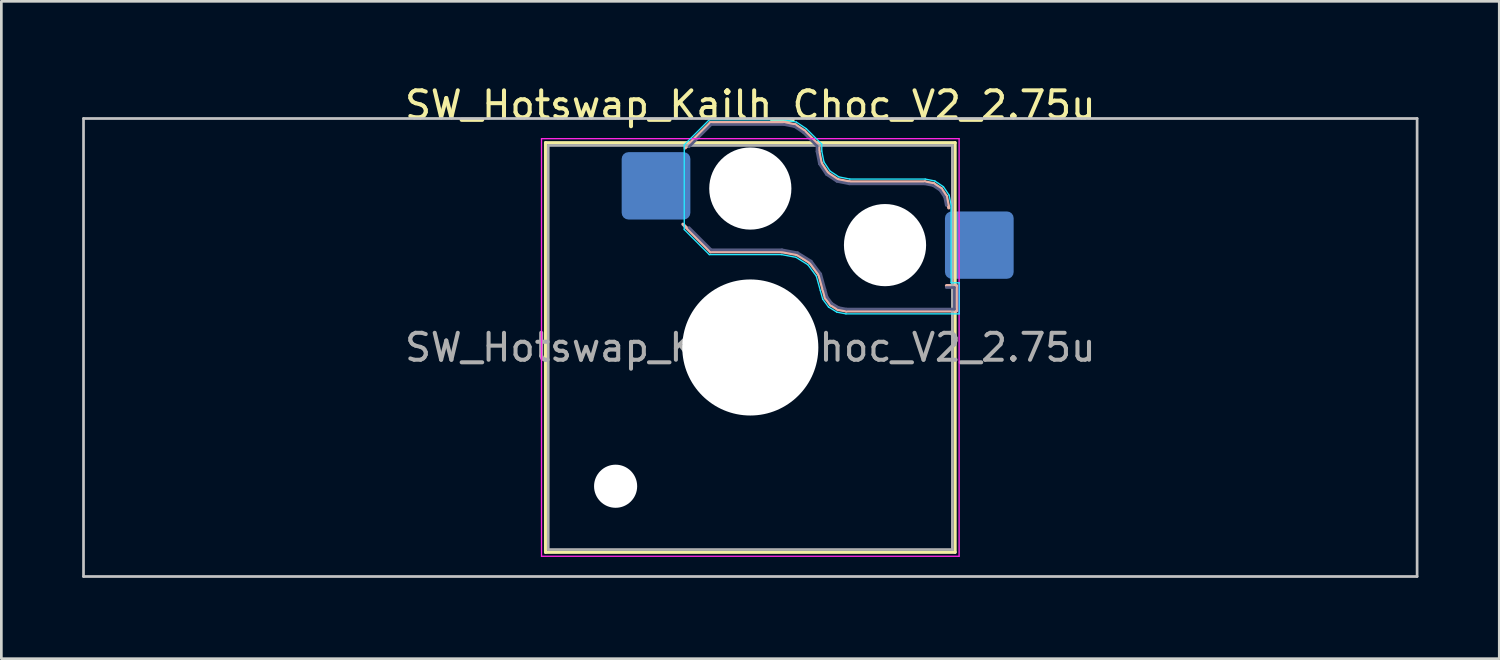
<source format=kicad_pcb>
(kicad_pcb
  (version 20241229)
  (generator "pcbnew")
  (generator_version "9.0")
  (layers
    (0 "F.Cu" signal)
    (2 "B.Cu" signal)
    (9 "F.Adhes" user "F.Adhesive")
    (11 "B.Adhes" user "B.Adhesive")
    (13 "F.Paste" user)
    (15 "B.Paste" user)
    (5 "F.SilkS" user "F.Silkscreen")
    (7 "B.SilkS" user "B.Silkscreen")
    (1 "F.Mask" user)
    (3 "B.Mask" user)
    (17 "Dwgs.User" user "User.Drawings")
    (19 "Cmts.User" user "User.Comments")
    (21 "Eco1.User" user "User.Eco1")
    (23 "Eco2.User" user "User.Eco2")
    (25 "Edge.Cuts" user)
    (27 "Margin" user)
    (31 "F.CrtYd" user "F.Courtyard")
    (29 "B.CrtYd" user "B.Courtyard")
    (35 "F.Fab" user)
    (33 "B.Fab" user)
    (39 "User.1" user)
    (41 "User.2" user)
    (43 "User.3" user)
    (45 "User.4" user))
  (footprint "SW_Hotswap_Kailh_Choc_V2_2.75u"
    (layer "F.Cu")
    (at 24.8 9.848)
    (property "Reference" "SW_Hotswap_Kailh_Choc_V2_2.75u" (at 0 -9 0) (layer "F.SilkS") (effects (font (size 1 1) (thickness 0.15))))
    (attr smd)
    (fp_line (start -7.6 -7.6) (end -7.6 7.6) (stroke (width 0.12) (type solid)) (layer "F.SilkS"))
    (fp_line (start -7.6 7.6) (end 7.6 7.6) (stroke (width 0.12) (type solid)) (layer "F.SilkS"))
    (fp_line (start 7.6 -7.6) (end -7.6 -7.6) (stroke (width 0.12) (type solid)) (layer "F.SilkS"))
    (fp_line (start 7.6 7.6) (end 7.6 -7.6) (stroke (width 0.12) (type solid)) (layer "F.SilkS"))
    (fp_line (start -2.416 -7.409) (end -1.479 -8.346) (stroke (width 0.12) (type solid)) (layer "B.SilkS"))
    (fp_line (start -1.479 -8.346) (end 1.268 -8.346) (stroke (width 0.12) (type solid)) (layer "B.SilkS"))
    (fp_line (start -1.479 -3.554) (end -2.5 -4.575) (stroke (width 0.12) (type solid)) (layer "B.SilkS"))
    (fp_line (start 1.168 -3.554) (end -1.479 -3.554) (stroke (width 0.12) (type solid)) (layer "B.SilkS"))
    (fp_line (start 1.268 -8.346) (end 1.671 -8.266) (stroke (width 0.12) (type solid)) (layer "B.SilkS"))
    (fp_line (start 1.671 -8.266) (end 2.013 -8.037) (stroke (width 0.12) (type solid)) (layer "B.SilkS"))
    (fp_line (start 1.73 -3.449) (end 1.168 -3.554) (stroke (width 0.12) (type solid)) (layer "B.SilkS"))
    (fp_line (start 2.013 -8.037) (end 2.546 -7.504) (stroke (width 0.12) (type solid)) (layer "B.SilkS"))
    (fp_line (start 2.209 -3.15) (end 1.73 -3.449) (stroke (width 0.12) (type solid)) (layer "B.SilkS"))
    (fp_line (start 2.546 -7.504) (end 2.546 -7.282) (stroke (width 0.12) (type solid)) (layer "B.SilkS"))
    (fp_line (start 2.546 -7.282) (end 2.633 -6.844) (stroke (width 0.12) (type solid)) (layer "B.SilkS"))
    (fp_line (start 2.547 -2.697) (end 2.209 -3.15) (stroke (width 0.12) (type solid)) (layer "B.SilkS"))
    (fp_line (start 2.633 -6.844) (end 2.877 -6.477) (stroke (width 0.12) (type solid)) (layer "B.SilkS"))
    (fp_line (start 2.701 -2.139) (end 2.547 -2.697) (stroke (width 0.12) (type solid)) (layer "B.SilkS"))
    (fp_line (start 2.783 -1.841) (end 2.701 -2.139) (stroke (width 0.12) (type solid)) (layer "B.SilkS"))
    (fp_line (start 2.877 -6.477) (end 3.244 -6.233) (stroke (width 0.12) (type solid)) (layer "B.SilkS"))
    (fp_line (start 2.976 -1.583) (end 2.783 -1.841) (stroke (width 0.12) (type solid)) (layer "B.SilkS"))
    (fp_line (start 3.244 -6.233) (end 3.682 -6.146) (stroke (width 0.12) (type solid)) (layer "B.SilkS"))
    (fp_line (start 3.25 -1.413) (end 2.976 -1.583) (stroke (width 0.12) (type solid)) (layer "B.SilkS"))
    (fp_line (start 3.56 -1.354) (end 3.25 -1.413) (stroke (width 0.12) (type solid)) (layer "B.SilkS"))
    (fp_line (start 3.682 -6.146) (end 6.482 -6.146) (stroke (width 0.12) (type solid)) (layer "B.SilkS"))
    (fp_line (start 6.482 -6.146) (end 6.809 -6.081) (stroke (width 0.12) (type solid)) (layer "B.SilkS"))
    (fp_line (start 6.809 -6.081) (end 7.092 -5.892) (stroke (width 0.12) (type solid)) (layer "B.SilkS"))
    (fp_line (start 7.092 -5.892) (end 7.281 -5.609) (stroke (width 0.12) (type solid)) (layer "B.SilkS"))
    (fp_line (start 7.281 -5.609) (end 7.366 -5.182) (stroke (width 0.12) (type solid)) (layer "B.SilkS"))
    (fp_line (start 7.283 -2.296) (end 7.646 -2.296) (stroke (width 0.12) (type solid)) (layer "B.SilkS"))
    (fp_line (start 7.646 -2.296) (end 7.646 -1.354) (stroke (width 0.12) (type solid)) (layer "B.SilkS"))
    (fp_line (start 7.646 -1.354) (end 3.56 -1.354) (stroke (width 0.12) (type solid)) (layer "B.SilkS"))
    (fp_line (start -24.75 -8.5) (end -24.75 8.5) (stroke (width 0.1) (type solid)) (layer "Dwgs.User"))
    (fp_line (start -24.75 8.5) (end 24.75 8.5) (stroke (width 0.1) (type solid)) (layer "Dwgs.User"))
    (fp_line (start 24.75 -8.5) (end -24.75 -8.5) (stroke (width 0.1) (type solid)) (layer "Dwgs.User"))
    (fp_line (start 24.75 8.5) (end 24.75 -8.5) (stroke (width 0.1) (type solid)) (layer "Dwgs.User"))
    (fp_line (start -7.25 -7.25) (end -7.25 7.25) (stroke (width 0.1) (type solid)) (layer "Eco1.User"))
    (fp_line (start -7.25 7.25) (end 7.25 7.25) (stroke (width 0.1) (type solid)) (layer "Eco1.User"))
    (fp_line (start 7.25 -7.25) (end -7.25 -7.25) (stroke (width 0.1) (type solid)) (layer "Eco1.User"))
    (fp_line (start 7.25 7.25) (end 7.25 -7.25) (stroke (width 0.1) (type solid)) (layer "Eco1.User"))
    (fp_line (start -2.452 -7.523) (end -1.523 -8.452) (stroke (width 0.05) (type solid)) (layer "B.CrtYd"))
    (fp_line (start -2.452 -4.377) (end -2.452 -7.523) (stroke (width 0.05) (type solid)) (layer "B.CrtYd"))
    (fp_line (start -1.523 -8.452) (end 1.278 -8.452) (stroke (width 0.05) (type solid)) (layer "B.CrtYd"))
    (fp_line (start -1.523 -3.448) (end -2.452 -4.377) (stroke (width 0.05) (type solid)) (layer "B.CrtYd"))
    (fp_line (start 1.159 -3.448) (end -1.523 -3.448) (stroke (width 0.05) (type solid)) (layer "B.CrtYd"))
    (fp_line (start 1.278 -8.452) (end 1.712 -8.366) (stroke (width 0.05) (type solid)) (layer "B.CrtYd"))
    (fp_line (start 1.691 -3.348) (end 1.159 -3.448) (stroke (width 0.05) (type solid)) (layer "B.CrtYd"))
    (fp_line (start 1.712 -8.366) (end 2.081 -8.119) (stroke (width 0.05) (type solid)) (layer "B.CrtYd"))
    (fp_line (start 2.081 -8.119) (end 2.652 -7.548) (stroke (width 0.05) (type solid)) (layer "B.CrtYd"))
    (fp_line (start 2.136 -3.071) (end 1.691 -3.348) (stroke (width 0.05) (type solid)) (layer "B.CrtYd"))
    (fp_line (start 2.45 -2.65) (end 2.136 -3.071) (stroke (width 0.05) (type solid)) (layer "B.CrtYd"))
    (fp_line (start 2.599 -2.111) (end 2.45 -2.65) (stroke (width 0.05) (type solid)) (layer "B.CrtYd"))
    (fp_line (start 2.652 -7.548) (end 2.652 -7.292) (stroke (width 0.05) (type solid)) (layer "B.CrtYd"))
    (fp_line (start 2.652 -7.292) (end 2.733 -6.885) (stroke (width 0.05) (type solid)) (layer "B.CrtYd"))
    (fp_line (start 2.687 -1.794) (end 2.599 -2.111) (stroke (width 0.05) (type solid)) (layer "B.CrtYd"))
    (fp_line (start 2.733 -6.885) (end 2.953 -6.553) (stroke (width 0.05) (type solid)) (layer "B.CrtYd"))
    (fp_line (start 2.903 -1.503) (end 2.687 -1.794) (stroke (width 0.05) (type solid)) (layer "B.CrtYd"))
    (fp_line (start 2.953 -6.553) (end 3.285 -6.333) (stroke (width 0.05) (type solid)) (layer "B.CrtYd"))
    (fp_line (start 3.211 -1.312) (end 2.903 -1.503) (stroke (width 0.05) (type solid)) (layer "B.CrtYd"))
    (fp_line (start 3.285 -6.333) (end 3.692 -6.252) (stroke (width 0.05) (type solid)) (layer "B.CrtYd"))
    (fp_line (start 3.55 -1.248) (end 3.211 -1.312) (stroke (width 0.05) (type solid)) (layer "B.CrtYd"))
    (fp_line (start 3.692 -6.252) (end 6.492 -6.252) (stroke (width 0.05) (type solid)) (layer "B.CrtYd"))
    (fp_line (start 6.492 -6.252) (end 6.85 -6.181) (stroke (width 0.05) (type solid)) (layer "B.CrtYd"))
    (fp_line (start 6.85 -6.181) (end 7.168 -5.968) (stroke (width 0.05) (type solid)) (layer "B.CrtYd"))
    (fp_line (start 7.168 -5.968) (end 7.381 -5.65) (stroke (width 0.05) (type solid)) (layer "B.CrtYd"))
    (fp_line (start 7.381 -5.65) (end 7.452 -5.292) (stroke (width 0.05) (type solid)) (layer "B.CrtYd"))
    (fp_line (start 7.452 -5.292) (end 7.452 -2.402) (stroke (width 0.05) (type solid)) (layer "B.CrtYd"))
    (fp_line (start 7.452 -2.402) (end 7.752 -2.402) (stroke (width 0.05) (type solid)) (layer "B.CrtYd"))
    (fp_line (start 7.752 -2.402) (end 7.752 -1.248) (stroke (width 0.05) (type solid)) (layer "B.CrtYd"))
    (fp_line (start 7.752 -1.248) (end 3.55 -1.248) (stroke (width 0.05) (type solid)) (layer "B.CrtYd"))
    (fp_line (start -7.75 -7.75) (end -7.75 7.75) (stroke (width 0.05) (type solid)) (layer "F.CrtYd"))
    (fp_line (start -7.75 7.75) (end 7.75 7.75) (stroke (width 0.05) (type solid)) (layer "F.CrtYd"))
    (fp_line (start 7.75 -7.75) (end -7.75 -7.75) (stroke (width 0.05) (type solid)) (layer "F.CrtYd"))
    (fp_line (start 7.75 7.75) (end 7.75 -7.75) (stroke (width 0.05) (type solid)) (layer "F.CrtYd"))
    (fp_line (start -2.275 -7.45) (end -1.45 -8.275) (stroke (width 0.1) (type solid)) (layer "B.Fab"))
    (fp_line (start -1.45 -8.275) (end 1.261 -8.275) (stroke (width 0.1) (type solid)) (layer "B.Fab"))
    (fp_line (start -1.45 -3.625) (end -2.275 -4.45) (stroke (width 0.1) (type solid)) (layer "B.Fab"))
    (fp_line (start 1.175 -3.625) (end -1.45 -3.625) (stroke (width 0.1) (type solid)) (layer "B.Fab"))
    (fp_line (start 1.261 -8.275) (end 1.643 -8.199) (stroke (width 0.1) (type solid)) (layer "B.Fab"))
    (fp_line (start 1.643 -8.199) (end 1.968 -7.982) (stroke (width 0.1) (type solid)) (layer "B.Fab"))
    (fp_line (start 1.756 -3.516) (end 1.175 -3.625) (stroke (width 0.1) (type solid)) (layer "B.Fab"))
    (fp_line (start 1.968 -7.982) (end 2.475 -7.475) (stroke (width 0.1) (type solid)) (layer "B.Fab"))
    (fp_line (start 2.258 -3.203) (end 1.756 -3.516) (stroke (width 0.1) (type solid)) (layer "B.Fab"))
    (fp_line (start 2.475 -7.475) (end 2.475 -7.275) (stroke (width 0.1) (type solid)) (layer "B.Fab"))
    (fp_line (start 2.475 -7.275) (end 2.566 -6.816) (stroke (width 0.1) (type solid)) (layer "B.Fab"))
    (fp_line (start 2.566 -6.816) (end 2.826 -6.426) (stroke (width 0.1) (type solid)) (layer "B.Fab"))
    (fp_line (start 2.612 -2.729) (end 2.258 -3.203) (stroke (width 0.1) (type solid)) (layer "B.Fab"))
    (fp_line (start 2.769 -2.158) (end 2.612 -2.729) (stroke (width 0.1) (type solid)) (layer "B.Fab"))
    (fp_line (start 2.826 -6.426) (end 3.216 -6.166) (stroke (width 0.1) (type solid)) (layer "B.Fab"))
    (fp_line (start 2.848 -1.873) (end 2.769 -2.158) (stroke (width 0.1) (type solid)) (layer "B.Fab"))
    (fp_line (start 3.025 -1.636) (end 2.848 -1.873) (stroke (width 0.1) (type solid)) (layer "B.Fab"))
    (fp_line (start 3.216 -6.166) (end 3.675 -6.075) (stroke (width 0.1) (type solid)) (layer "B.Fab"))
    (fp_line (start 3.276 -1.48) (end 3.025 -1.636) (stroke (width 0.1) (type solid)) (layer "B.Fab"))
    (fp_line (start 3.567 -1.425) (end 3.276 -1.48) (stroke (width 0.1) (type solid)) (layer "B.Fab"))
    (fp_line (start 3.675 -6.075) (end 6.475 -6.075) (stroke (width 0.1) (type solid)) (layer "B.Fab"))
    (fp_line (start 6.475 -6.075) (end 6.781 -6.014) (stroke (width 0.1) (type solid)) (layer "B.Fab"))
    (fp_line (start 6.781 -6.014) (end 7.041 -5.841) (stroke (width 0.1) (type solid)) (layer "B.Fab"))
    (fp_line (start 7.041 -5.841) (end 7.214 -5.581) (stroke (width 0.1) (type solid)) (layer "B.Fab"))
    (fp_line (start 7.214 -5.581) (end 7.275 -5.275) (stroke (width 0.1) (type solid)) (layer "B.Fab"))
    (fp_line (start 7.275 -2.225) (end 7.575 -2.225) (stroke (width 0.1) (type solid)) (layer "B.Fab"))
    (fp_line (start 7.575 -2.225) (end 7.575 -1.425) (stroke (width 0.1) (type solid)) (layer "B.Fab"))
    (fp_line (start 7.575 -1.425) (end 3.567 -1.425) (stroke (width 0.1) (type solid)) (layer "B.Fab"))
    (fp_line (start -7.5 -7.5) (end -7.5 7.5) (stroke (width 0.1) (type solid)) (layer "F.Fab"))
    (fp_line (start -7.5 7.5) (end 7.5 7.5) (stroke (width 0.1) (type solid)) (layer "F.Fab"))
    (fp_line (start 7.5 -7.5) (end -7.5 -7.5) (stroke (width 0.1) (type solid)) (layer "F.Fab"))
    (fp_line (start 7.5 7.5) (end 7.5 -7.5) (stroke (width 0.1) (type solid)) (layer "F.Fab"))
    (fp_text user "${REFERENCE}" (at 0 0 0) (layer "F.Fab") (effects (font (size 1 1) (thickness 0.15))))
    (pad "" np_thru_hole circle (at -5 5.15) (size 1.6 1.6) (drill 1.6) (layers "*.Cu" "*.Mask"))
    (pad "" np_thru_hole circle (at 0 -5.9) (size 3.05 3.05) (drill 3.05) (layers "*.Cu" "*.Mask"))
    (pad "" np_thru_hole circle (at 0 0) (size 5.05 5.05) (drill 5.05) (layers "*.Cu" "*.Mask"))
    (pad "" np_thru_hole circle (at 5 -3.8) (size 3.05 3.05) (drill 3.05) (layers "*.Cu" "*.Mask"))
    (pad "1" smd roundrect (at -3.5 -6) (size 2.55 2.5) (layers "B.Cu" "B.Mask" "B.Paste") (roundrect_rratio 0.1))
    (pad "2" smd roundrect (at 8.5 -3.8) (size 2.55 2.5) (layers "B.Cu" "B.Mask" "B.Paste") (roundrect_rratio 0.1)))
  (gr_rect
    (start -3 -3)
    (end 52.6 21.398)
    (stroke (width 0.1) (type default))
    (fill no)
    (layer "Edge.Cuts")))
</source>
